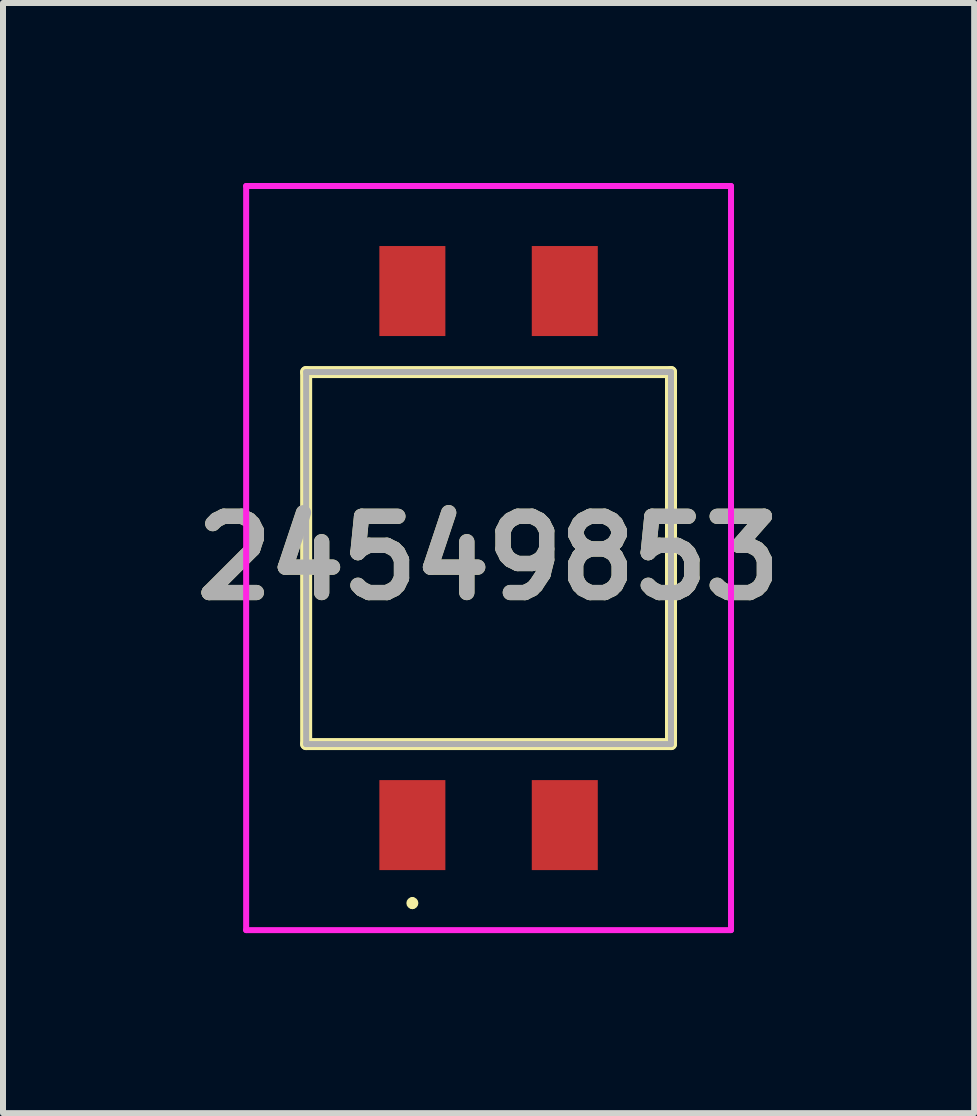
<source format=kicad_pcb>
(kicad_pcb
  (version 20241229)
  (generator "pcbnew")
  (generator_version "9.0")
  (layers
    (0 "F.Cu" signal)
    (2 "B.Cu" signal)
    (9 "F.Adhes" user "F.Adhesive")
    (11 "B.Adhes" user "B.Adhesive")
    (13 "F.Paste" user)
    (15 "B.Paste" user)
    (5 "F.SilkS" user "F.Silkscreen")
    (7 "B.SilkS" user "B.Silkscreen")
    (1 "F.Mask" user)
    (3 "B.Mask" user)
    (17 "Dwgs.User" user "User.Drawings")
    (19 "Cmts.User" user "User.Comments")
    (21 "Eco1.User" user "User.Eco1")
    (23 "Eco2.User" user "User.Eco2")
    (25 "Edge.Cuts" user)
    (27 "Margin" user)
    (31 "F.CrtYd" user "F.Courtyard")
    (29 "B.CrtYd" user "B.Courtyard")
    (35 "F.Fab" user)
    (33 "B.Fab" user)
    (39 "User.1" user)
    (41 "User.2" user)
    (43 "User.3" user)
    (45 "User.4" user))
  (footprint "24549853"
    (layer "F.Cu")
    (at 5.092 6.25)
    (property "Reference" "24549853" (at 0 0 0) (layer "F.SilkS") (effects (font (size 1.27 1.27) (thickness 0.254))))
    (attr smd)
    (fp_line (start -3.04 -3.1) (end 3.04 -3.1) (stroke (width 0.2) (type solid)) (layer "F.SilkS"))
    (fp_line (start -3.04 3.1) (end -3.04 -3.1) (stroke (width 0.2) (type solid)) (layer "F.SilkS"))
    (fp_line (start -1.27 5.7) (end -1.27 5.7) (stroke (width 0.1) (type solid)) (layer "F.SilkS"))
    (fp_line (start -1.27 5.8) (end -1.27 5.8) (stroke (width 0.1) (type solid)) (layer "F.SilkS"))
    (fp_line (start 3.04 -3.1) (end 3.04 3.1) (stroke (width 0.2) (type solid)) (layer "F.SilkS"))
    (fp_line (start 3.04 3.1) (end -3.04 3.1) (stroke (width 0.2) (type solid)) (layer "F.SilkS"))
    (fp_arc (start -1.27 5.7) (mid -1.22 5.75) (end -1.27 5.8) (stroke (width 0.1) (type solid)) (layer "F.SilkS"))
    (fp_arc (start -1.27 5.8) (mid -1.32 5.75) (end -1.27 5.7) (stroke (width 0.1) (type solid)) (layer "F.SilkS"))
    (fp_line (start -4.04 -6.2) (end 4.04 -6.2) (stroke (width 0.1) (type solid)) (layer "F.CrtYd"))
    (fp_line (start -4.04 6.2) (end -4.04 -6.2) (stroke (width 0.1) (type solid)) (layer "F.CrtYd"))
    (fp_line (start 4.04 -6.2) (end 4.04 6.2) (stroke (width 0.1) (type solid)) (layer "F.CrtYd"))
    (fp_line (start 4.04 6.2) (end -4.04 6.2) (stroke (width 0.1) (type solid)) (layer "F.CrtYd"))
    (fp_line (start -3.04 -3.1) (end 3.04 -3.1) (stroke (width 0.1) (type solid)) (layer "F.Fab"))
    (fp_line (start -3.04 3.1) (end -3.04 -3.1) (stroke (width 0.1) (type solid)) (layer "F.Fab"))
    (fp_line (start 3.04 -3.1) (end 3.04 3.1) (stroke (width 0.1) (type solid)) (layer "F.Fab"))
    (fp_line (start 3.04 3.1) (end -3.04 3.1) (stroke (width 0.1) (type solid)) (layer "F.Fab"))
    (fp_text user "${REFERENCE}" (at 0 0 0) (layer "F.Fab") (effects (font (size 1.27 1.27) (thickness 0.254))))
    (pad "A1" smd rect (at -1.27 4.45) (size 1.1 1.5) (layers "F.Cu" "F.Mask" "F.Paste"))
    (pad "A2" smd rect (at 1.27 4.45) (size 1.1 1.5) (layers "F.Cu" "F.Mask" "F.Paste"))
    (pad "B1" smd rect (at -1.27 -4.45) (size 1.1 1.5) (layers "F.Cu" "F.Mask" "F.Paste"))
    (pad "B2" smd rect (at 1.27 -4.45) (size 1.1 1.5) (layers "F.Cu" "F.Mask" "F.Paste")))
  (gr_rect
    (start -3 -3)
    (end 13.184 15.5)
    (stroke (width 0.1) (type default))
    (fill no)
    (layer "Edge.Cuts")))
</source>
